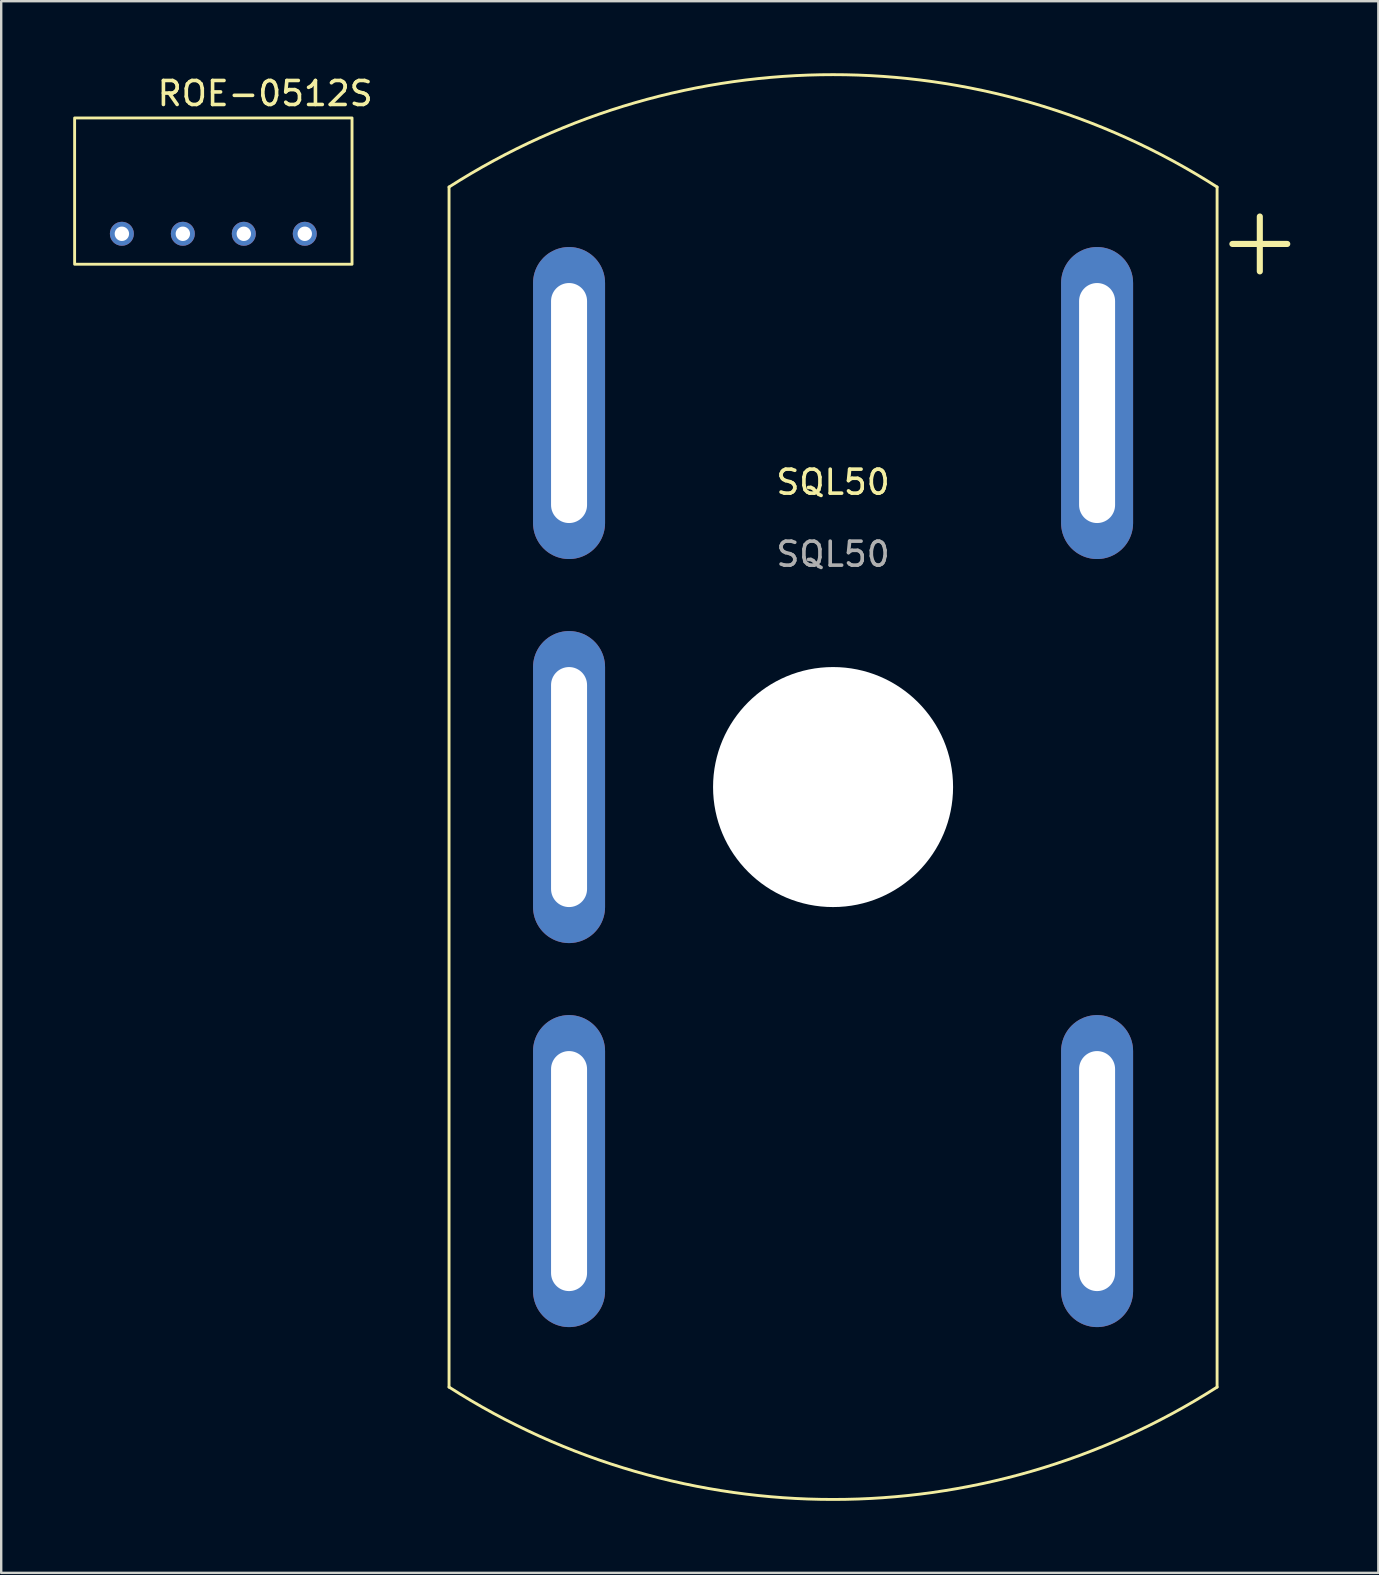
<source format=kicad_pcb>
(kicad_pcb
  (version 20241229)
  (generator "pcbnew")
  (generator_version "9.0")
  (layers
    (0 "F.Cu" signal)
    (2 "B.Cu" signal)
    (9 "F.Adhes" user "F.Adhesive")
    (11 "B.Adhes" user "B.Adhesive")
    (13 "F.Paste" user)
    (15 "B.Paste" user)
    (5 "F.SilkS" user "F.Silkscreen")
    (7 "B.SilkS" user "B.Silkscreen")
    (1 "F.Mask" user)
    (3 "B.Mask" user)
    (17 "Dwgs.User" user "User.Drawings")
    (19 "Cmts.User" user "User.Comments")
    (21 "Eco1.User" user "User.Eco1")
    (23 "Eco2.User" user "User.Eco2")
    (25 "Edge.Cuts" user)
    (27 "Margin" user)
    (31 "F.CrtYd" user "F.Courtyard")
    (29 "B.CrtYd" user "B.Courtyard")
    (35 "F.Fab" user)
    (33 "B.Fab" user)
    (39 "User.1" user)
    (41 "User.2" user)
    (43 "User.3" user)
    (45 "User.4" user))
  (footprint "SQL50"
    (layer "F.Cu")
    (at 31.659 29.742)
    (property "Reference" "SQL50" (at 0 -12.7 0) (unlocked yes) (layer "F.SilkS") (effects (font (size 1 1) (thickness 0.15))))
    (attr through_hole)
    (fp_line (start -16 -25) (end -16 25) (stroke (width 0.12) (type solid)) (layer "F.SilkS"))
    (fp_line (start 16 -25) (end 16 25) (stroke (width 0.12) (type solid)) (layer "F.SilkS"))
    (fp_arc (start -16 -25) (mid 0 -29.681644) (end 16 -25) (stroke (width 0.12) (type solid)) (layer "F.SilkS"))
    (fp_arc (start 16 25) (mid 0 29.681644) (end -16 25) (stroke (width 0.12) (type solid)) (layer "F.SilkS"))
    (fp_text user "+" (at 17.78 -22.86 0) (unlocked yes) (layer "F.SilkS") (effects (font (size 3 3) (thickness 0.254))))
    (fp_text user "${REFERENCE}" (at 0 -9.7 0) (unlocked yes) (layer "F.Fab") (effects (font (size 1 1) (thickness 0.15))))
    (pad "" np_thru_hole circle (at 0 0) (size 10 10) (drill 10) (layers "*.Cu" "*.Mask"))
    (pad "1" thru_hole oval (at -11 -16) (size 3 13) (drill oval 1.5 10) (layers "*.Cu" "*.Mask"))
    (pad "2" thru_hole oval (at -11 0) (size 3 13) (drill oval 1.5 10) (layers "*.Cu" "*.Mask"))
    (pad "3" thru_hole oval (at -11 16) (size 3 13) (drill oval 1.5 10) (layers "*.Cu" "*.Mask"))
    (pad "4" thru_hole oval (at 11 -16) (size 3 13) (drill oval 1.5 10) (layers "*.Cu" "*.Mask"))
    (pad "5" thru_hole oval (at 11 16) (size 3 13) (drill oval 1.5 10) (layers "*.Cu" "*.Mask")))
  (footprint "ROE-0512S"
    (layer "F.Cu")
    (at 5.838 6.69)
    (property "Reference" "ROE-0512S" (at 2.159 -5.842 0) (unlocked yes) (layer "F.SilkS") (effects (font (size 1 1) (thickness 0.15))))
    (attr through_hole)
    (fp_rect (start 5.779 1.27) (end -5.779 -4.826) (stroke (width 0.12) (type solid)) (fill no) (layer "F.SilkS"))
    (pad "1" thru_hole circle (at -3.81 0) (size 1 1) (drill 0.6) (layers "*.Cu" "*.Mask"))
    (pad "2" thru_hole circle (at -1.27 0) (size 1 1) (drill 0.6) (layers "*.Cu" "*.Mask"))
    (pad "3" thru_hole circle (at 1.27 0) (size 1 1) (drill 0.6) (layers "*.Cu" "*.Mask"))
    (pad "4" thru_hole circle (at 3.81 0) (size 1 1) (drill 0.6) (layers "*.Cu" "*.Mask")))
  (gr_rect
    (start -3 -3)
    (end 54.377 62.483)
    (stroke (width 0.1) (type default))
    (fill no)
    (layer "Edge.Cuts")))
</source>
